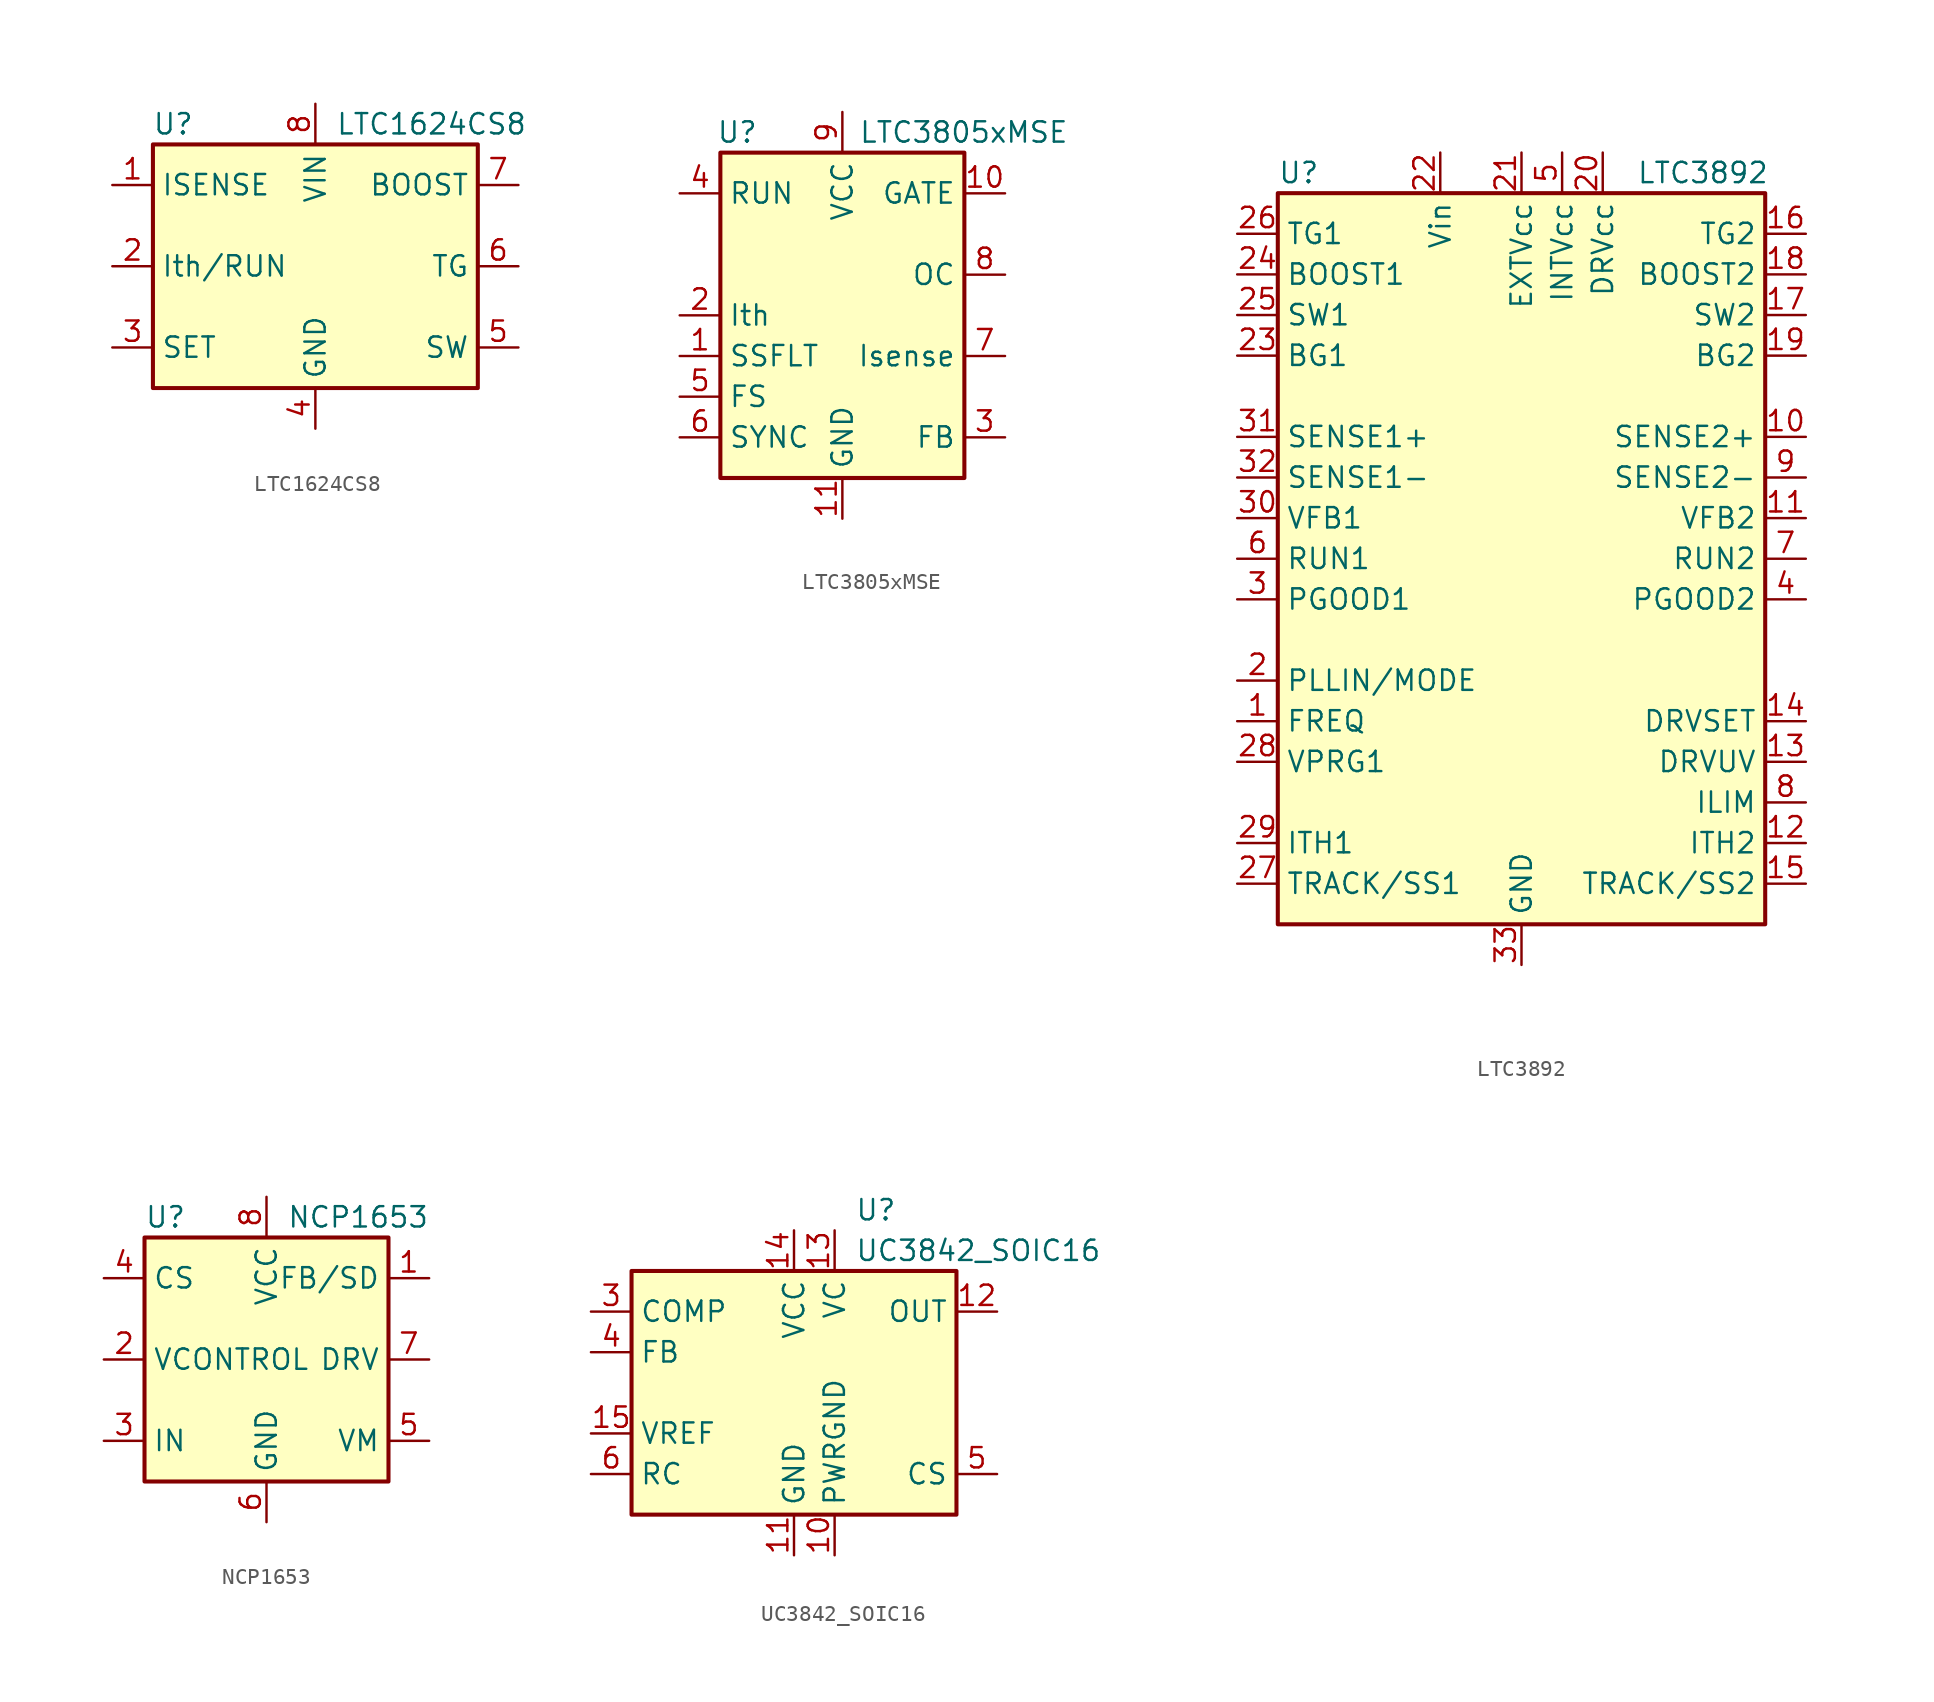
<source format=kicad_sym>
(kicad_symbol_lib
  (version 20211014)
  (generator kicad_symbol_editor)
  (symbol "LTC1624CS8"
    (property "Reference" "U"
      (at -8.89 8.89 0)
      (effects (font (size 1.27 1.27))))
    (property "Value" "LTC1624CS8"
      (at 1.27 8.89 0)
      (effects (font (size 1.27 1.27)) (justify left)))
    (symbol "LTC1624CS8_0_1"
      (rectangle (start -10.16 -7.62) (end 10.16 7.62) (stroke (width 0.254) (type default) (color 0 0 0 0)) (fill (type background))))
    (symbol "LTC1624CS8_1_1"
      (pin input line (at -12.7 5.08 0) (length 2.54) (name "ISENSE" (effects (font (size 1.27 1.27)))) (number "1" (effects (font (size 1.27 1.27)))))
      (pin input line (at -12.7 0 0) (length 2.54) (name "Ith/RUN" (effects (font (size 1.27 1.27)))) (number "2" (effects (font (size 1.27 1.27)))))
      (pin input line (at -12.7 -5.08 0) (length 2.54) (name "SET" (effects (font (size 1.27 1.27)))) (number "3" (effects (font (size 1.27 1.27)))))
      (pin power_in line (at 0 -10.16 90) (length 2.54) (name "GND" (effects (font (size 1.27 1.27)))) (number "4" (effects (font (size 1.27 1.27)))))
      (pin input line (at 12.7 -5.08 180) (length 2.54) (name "SW" (effects (font (size 1.27 1.27)))) (number "5" (effects (font (size 1.27 1.27)))))
      (pin open_collector line (at 12.7 0 180) (length 2.54) (name "TG" (effects (font (size 1.27 1.27)))) (number "6" (effects (font (size 1.27 1.27)))))
      (pin output line (at 12.7 5.08 180) (length 2.54) (name "BOOST" (effects (font (size 1.27 1.27)))) (number "7" (effects (font (size 1.27 1.27)))))
      (pin power_in line (at 0 10.16 270) (length 2.54) (name "VIN" (effects (font (size 1.27 1.27)))) (number "8" (effects (font (size 1.27 1.27)))))))
  (symbol "LTC3805xMSE"
    (property "Reference" "U"
      (at -7.874 11.43 0)
      (effects (font (size 1.27 1.27)) (justify left)))
    (property "Value" "LTC3805xMSE"
      (at 1.016 11.43 0)
      (effects (font (size 1.27 1.27)) (justify left)))
    (symbol "LTC3805xMSE_0_1"
      (rectangle (start -7.62 10.16) (end 7.62 -10.16) (stroke (width 0.254) (type default) (color 0 0 0 0)) (fill (type background))))
    (symbol "LTC3805xMSE_1_1"
      (pin passive line (at -10.16 -2.54 0) (length 2.54) (name "SSFLT" (effects (font (size 1.27 1.27)))) (number "1" (effects (font (size 1.27 1.27)))))
      (pin output line (at 10.16 7.62 180) (length 2.54) (name "GATE" (effects (font (size 1.27 1.27)))) (number "10" (effects (font (size 1.27 1.27)))))
      (pin power_in line (at 0 -12.7 90) (length 2.54) (name "GND" (effects (font (size 1.27 1.27)))) (number "11" (effects (font (size 1.27 1.27)))))
      (pin passive line (at -10.16 0 0) (length 2.54) (name "Ith" (effects (font (size 1.27 1.27)))) (number "2" (effects (font (size 1.27 1.27)))))
      (pin input line (at 10.16 -7.62 180) (length 2.54) (name "FB" (effects (font (size 1.27 1.27)))) (number "3" (effects (font (size 1.27 1.27)))))
      (pin input line (at -10.16 7.62 0) (length 2.54) (name "RUN" (effects (font (size 1.27 1.27)))) (number "4" (effects (font (size 1.27 1.27)))))
      (pin passive line (at -10.16 -5.08 0) (length 2.54) (name "FS" (effects (font (size 1.27 1.27)))) (number "5" (effects (font (size 1.27 1.27)))))
      (pin input line (at -10.16 -7.62 0) (length 2.54) (name "SYNC" (effects (font (size 1.27 1.27)))) (number "6" (effects (font (size 1.27 1.27)))))
      (pin input line (at 10.16 -2.54 180) (length 2.54) (name "Isense" (effects (font (size 1.27 1.27)))) (number "7" (effects (font (size 1.27 1.27)))))
      (pin input line (at 10.16 2.54 180) (length 2.54) (name "OC" (effects (font (size 1.27 1.27)))) (number "8" (effects (font (size 1.27 1.27)))))
      (pin power_in line (at 0 12.7 270) (length 2.54) (name "VCC" (effects (font (size 1.27 1.27)))) (number "9" (effects (font (size 1.27 1.27)))))))
  (symbol "LTC3892"
    (property "Reference" "U"
      (at -15.24 24.13 0)
      (effects (font (size 1.27 1.27)) (justify left)))
    (property "Value" "LTC3892"
      (at 15.494 24.13 0)
      (effects (font (size 1.27 1.27)) (justify right)))
    (symbol "LTC3892_0_1"
      (rectangle (start -15.24 22.86) (end 15.24 -22.86) (stroke (width 0.254) (type default) (color 0 0 0 0)) (fill (type background))))
    (symbol "LTC3892_1_1"
      (pin input line (at -17.78 -10.16 0) (length 2.54) (name "FREQ" (effects (font (size 1.27 1.27)))) (number "1" (effects (font (size 1.27 1.27)))))
      (pin input line (at 17.78 7.62 180) (length 2.54) (name "SENSE2+" (effects (font (size 1.27 1.27)))) (number "10" (effects (font (size 1.27 1.27)))))
      (pin input line (at 17.78 2.54 180) (length 2.54) (name "VFB2" (effects (font (size 1.27 1.27)))) (number "11" (effects (font (size 1.27 1.27)))))
      (pin passive line (at 17.78 -17.78 180) (length 2.54) (name "ITH2" (effects (font (size 1.27 1.27)))) (number "12" (effects (font (size 1.27 1.27)))))
      (pin input line (at 17.78 -12.7 180) (length 2.54) (name "DRVUV" (effects (font (size 1.27 1.27)))) (number "13" (effects (font (size 1.27 1.27)))))
      (pin input line (at 17.78 -10.16 180) (length 2.54) (name "DRVSET" (effects (font (size 1.27 1.27)))) (number "14" (effects (font (size 1.27 1.27)))))
      (pin input line (at 17.78 -20.32 180) (length 2.54) (name "TRACK/SS2" (effects (font (size 1.27 1.27)))) (number "15" (effects (font (size 1.27 1.27)))))
      (pin output line (at 17.78 20.32 180) (length 2.54) (name "TG2" (effects (font (size 1.27 1.27)))) (number "16" (effects (font (size 1.27 1.27)))))
      (pin output line (at 17.78 15.24 180) (length 2.54) (name "SW2" (effects (font (size 1.27 1.27)))) (number "17" (effects (font (size 1.27 1.27)))))
      (pin output line (at 17.78 17.78 180) (length 2.54) (name "BOOST2" (effects (font (size 1.27 1.27)))) (number "18" (effects (font (size 1.27 1.27)))))
      (pin output line (at 17.78 12.7 180) (length 2.54) (name "BG2" (effects (font (size 1.27 1.27)))) (number "19" (effects (font (size 1.27 1.27)))))
      (pin input line (at -17.78 -7.62 0) (length 2.54) (name "PLLIN/MODE" (effects (font (size 1.27 1.27)))) (number "2" (effects (font (size 1.27 1.27)))))
      (pin power_out line (at 5.08 25.4 270) (length 2.54) (name "DRVcc" (effects (font (size 1.27 1.27)))) (number "20" (effects (font (size 1.27 1.27)))))
      (pin power_in line (at 0 25.4 270) (length 2.54) (name "EXTVcc" (effects (font (size 1.27 1.27)))) (number "21" (effects (font (size 1.27 1.27)))))
      (pin power_in line (at -5.08 25.4 270) (length 2.54) (name "Vin" (effects (font (size 1.27 1.27)))) (number "22" (effects (font (size 1.27 1.27)))))
      (pin output line (at -17.78 12.7 0) (length 2.54) (name "BG1" (effects (font (size 1.27 1.27)))) (number "23" (effects (font (size 1.27 1.27)))))
      (pin output line (at -17.78 17.78 0) (length 2.54) (name "BOOST1" (effects (font (size 1.27 1.27)))) (number "24" (effects (font (size 1.27 1.27)))))
      (pin output line (at -17.78 15.24 0) (length 2.54) (name "SW1" (effects (font (size 1.27 1.27)))) (number "25" (effects (font (size 1.27 1.27)))))
      (pin output line (at -17.78 20.32 0) (length 2.54) (name "TG1" (effects (font (size 1.27 1.27)))) (number "26" (effects (font (size 1.27 1.27)))))
      (pin input line (at -17.78 -20.32 0) (length 2.54) (name "TRACK/SS1" (effects (font (size 1.27 1.27)))) (number "27" (effects (font (size 1.27 1.27)))))
      (pin passive line (at -17.78 -12.7 0) (length 2.54) (name "VPRG1" (effects (font (size 1.27 1.27)))) (number "28" (effects (font (size 1.27 1.27)))))
      (pin passive line (at -17.78 -17.78 0) (length 2.54) (name "ITH1" (effects (font (size 1.27 1.27)))) (number "29" (effects (font (size 1.27 1.27)))))
      (pin output line (at -17.78 -2.54 0) (length 2.54) (name "PGOOD1" (effects (font (size 1.27 1.27)))) (number "3" (effects (font (size 1.27 1.27)))))
      (pin input line (at -17.78 2.54 0) (length 2.54) (name "VFB1" (effects (font (size 1.27 1.27)))) (number "30" (effects (font (size 1.27 1.27)))))
      (pin input line (at -17.78 7.62 0) (length 2.54) (name "SENSE1+" (effects (font (size 1.27 1.27)))) (number "31" (effects (font (size 1.27 1.27)))))
      (pin input line (at -17.78 5.08 0) (length 2.54) (name "SENSE1-" (effects (font (size 1.27 1.27)))) (number "32" (effects (font (size 1.27 1.27)))))
      (pin power_in line (at 0 -25.4 90) (length 2.54) (name "GND" (effects (font (size 1.27 1.27)))) (number "33" (effects (font (size 1.27 1.27)))))
      (pin output line (at 17.78 -2.54 180) (length 2.54) (name "PGOOD2" (effects (font (size 1.27 1.27)))) (number "4" (effects (font (size 1.27 1.27)))))
      (pin power_out line (at 2.54 25.4 270) (length 2.54) (name "INTVcc" (effects (font (size 1.27 1.27)))) (number "5" (effects (font (size 1.27 1.27)))))
      (pin input line (at -17.78 0 0) (length 2.54) (name "RUN1" (effects (font (size 1.27 1.27)))) (number "6" (effects (font (size 1.27 1.27)))))
      (pin input line (at 17.78 0 180) (length 2.54) (name "RUN2" (effects (font (size 1.27 1.27)))) (number "7" (effects (font (size 1.27 1.27)))))
      (pin input line (at 17.78 -15.24 180) (length 2.54) (name "ILIM" (effects (font (size 1.27 1.27)))) (number "8" (effects (font (size 1.27 1.27)))))
      (pin input line (at 17.78 5.08 180) (length 2.54) (name "SENSE2-" (effects (font (size 1.27 1.27)))) (number "9" (effects (font (size 1.27 1.27)))))))
  (symbol "NCP1653"
    (property "Reference" "U"
      (at -7.62 8.89 0)
      (effects (font (size 1.27 1.27)) (justify left)))
    (property "Value" "NCP1653"
      (at 1.27 8.89 0)
      (effects (font (size 1.27 1.27)) (justify left)))
    (symbol "NCP1653_0_0"
      (rectangle (start -7.62 7.62) (end 7.62 -7.62) (stroke (width 0.254) (type default) (color 0 0 0 0)) (fill (type background))))
    (symbol "NCP1653_1_1"
      (pin input line (at 10.16 5.08 180) (length 2.54) (name "FB/SD" (effects (font (size 1.27 1.27)))) (number "1" (effects (font (size 1.27 1.27)))))
      (pin passive line (at -10.16 0 0) (length 2.54) (name "VCONTROL" (effects (font (size 1.27 1.27)))) (number "2" (effects (font (size 1.27 1.27)))))
      (pin input line (at -10.16 -5.08 0) (length 2.54) (name "IN" (effects (font (size 1.27 1.27)))) (number "3" (effects (font (size 1.27 1.27)))))
      (pin input line (at -10.16 5.08 0) (length 2.54) (name "CS" (effects (font (size 1.27 1.27)))) (number "4" (effects (font (size 1.27 1.27)))))
      (pin passive line (at 10.16 -5.08 180) (length 2.54) (name "VM" (effects (font (size 1.27 1.27)))) (number "5" (effects (font (size 1.27 1.27)))))
      (pin power_in line (at 0 -10.16 90) (length 2.54) (name "GND" (effects (font (size 1.27 1.27)))) (number "6" (effects (font (size 1.27 1.27)))))
      (pin output line (at 10.16 0 180) (length 2.54) (name "DRV" (effects (font (size 1.27 1.27)))) (number "7" (effects (font (size 1.27 1.27)))))
      (pin power_in line (at 0 10.16 270) (length 2.54) (name "VCC" (effects (font (size 1.27 1.27)))) (number "8" (effects (font (size 1.27 1.27)))))))
  (symbol "UC3842_SOIC16"
    (property "Reference" "U"
      (at 3.81 11.43 0)
      (effects (font (size 1.27 1.27)) (justify left)))
    (property "Value" "UC3842_SOIC16"
      (at 3.81 8.89 0)
      (effects (font (size 1.27 1.27)) (justify left)))
    (symbol "UC3842_SOIC16_0_1"
      (rectangle (start -10.16 -7.62) (end 10.16 7.62) (stroke (width 0.254) (type default) (color 0 0 0 0)) (fill (type background))))
    (symbol "UC3842_SOIC16_1_1"
      (pin no_connect line (at -10.16 -7.62 90) (length 2.54) hide (name "NC" (effects (font (size 1.27 1.27)))) (number "1" (effects (font (size 1.27 1.27)))))
      (pin power_in line (at 2.54 -10.16 90) (length 2.54) (name "PWRGND" (effects (font (size 1.27 1.27)))) (number "10" (effects (font (size 1.27 1.27)))))
      (pin power_in line (at 0 -10.16 90) (length 2.54) (name "GND" (effects (font (size 1.27 1.27)))) (number "11" (effects (font (size 1.27 1.27)))))
      (pin output line (at 12.7 5.08 180) (length 2.54) (name "OUT" (effects (font (size 1.27 1.27)))) (number "12" (effects (font (size 1.27 1.27)))))
      (pin power_in line (at 2.54 10.16 270) (length 2.54) (name "VC" (effects (font (size 1.27 1.27)))) (number "13" (effects (font (size 1.27 1.27)))))
      (pin power_in line (at 0 10.16 270) (length 2.54) (name "VCC" (effects (font (size 1.27 1.27)))) (number "14" (effects (font (size 1.27 1.27)))))
      (pin power_out line (at -12.7 -2.54 0) (length 2.54) (name "VREF" (effects (font (size 1.27 1.27)))) (number "15" (effects (font (size 1.27 1.27)))))
      (pin no_connect line (at 7.62 -7.62 90) (length 2.54) hide (name "NC" (effects (font (size 1.27 1.27)))) (number "16" (effects (font (size 1.27 1.27)))))
      (pin no_connect line (at -7.62 -7.62 90) (length 2.54) hide (name "NC" (effects (font (size 1.27 1.27)))) (number "2" (effects (font (size 1.27 1.27)))))
      (pin passive line (at -12.7 5.08 0) (length 2.54) (name "COMP" (effects (font (size 1.27 1.27)))) (number "3" (effects (font (size 1.27 1.27)))))
      (pin input line (at -12.7 2.54 0) (length 2.54) (name "FB" (effects (font (size 1.27 1.27)))) (number "4" (effects (font (size 1.27 1.27)))))
      (pin input line (at 12.7 -5.08 180) (length 2.54) (name "CS" (effects (font (size 1.27 1.27)))) (number "5" (effects (font (size 1.27 1.27)))))
      (pin passive line (at -12.7 -5.08 0) (length 2.54) (name "RC" (effects (font (size 1.27 1.27)))) (number "6" (effects (font (size 1.27 1.27)))))
      (pin no_connect line (at -5.08 -7.62 90) (length 2.54) hide (name "NC" (effects (font (size 1.27 1.27)))) (number "7" (effects (font (size 1.27 1.27)))))
      (pin no_connect line (at -2.54 -7.62 90) (length 2.54) hide (name "NC" (effects (font (size 1.27 1.27)))) (number "8" (effects (font (size 1.27 1.27)))))
      (pin no_connect line (at 5.08 -7.62 90) (length 2.54) hide (name "NC" (effects (font (size 1.27 1.27)))) (number "9" (effects (font (size 1.27 1.27))))))))
</source>
